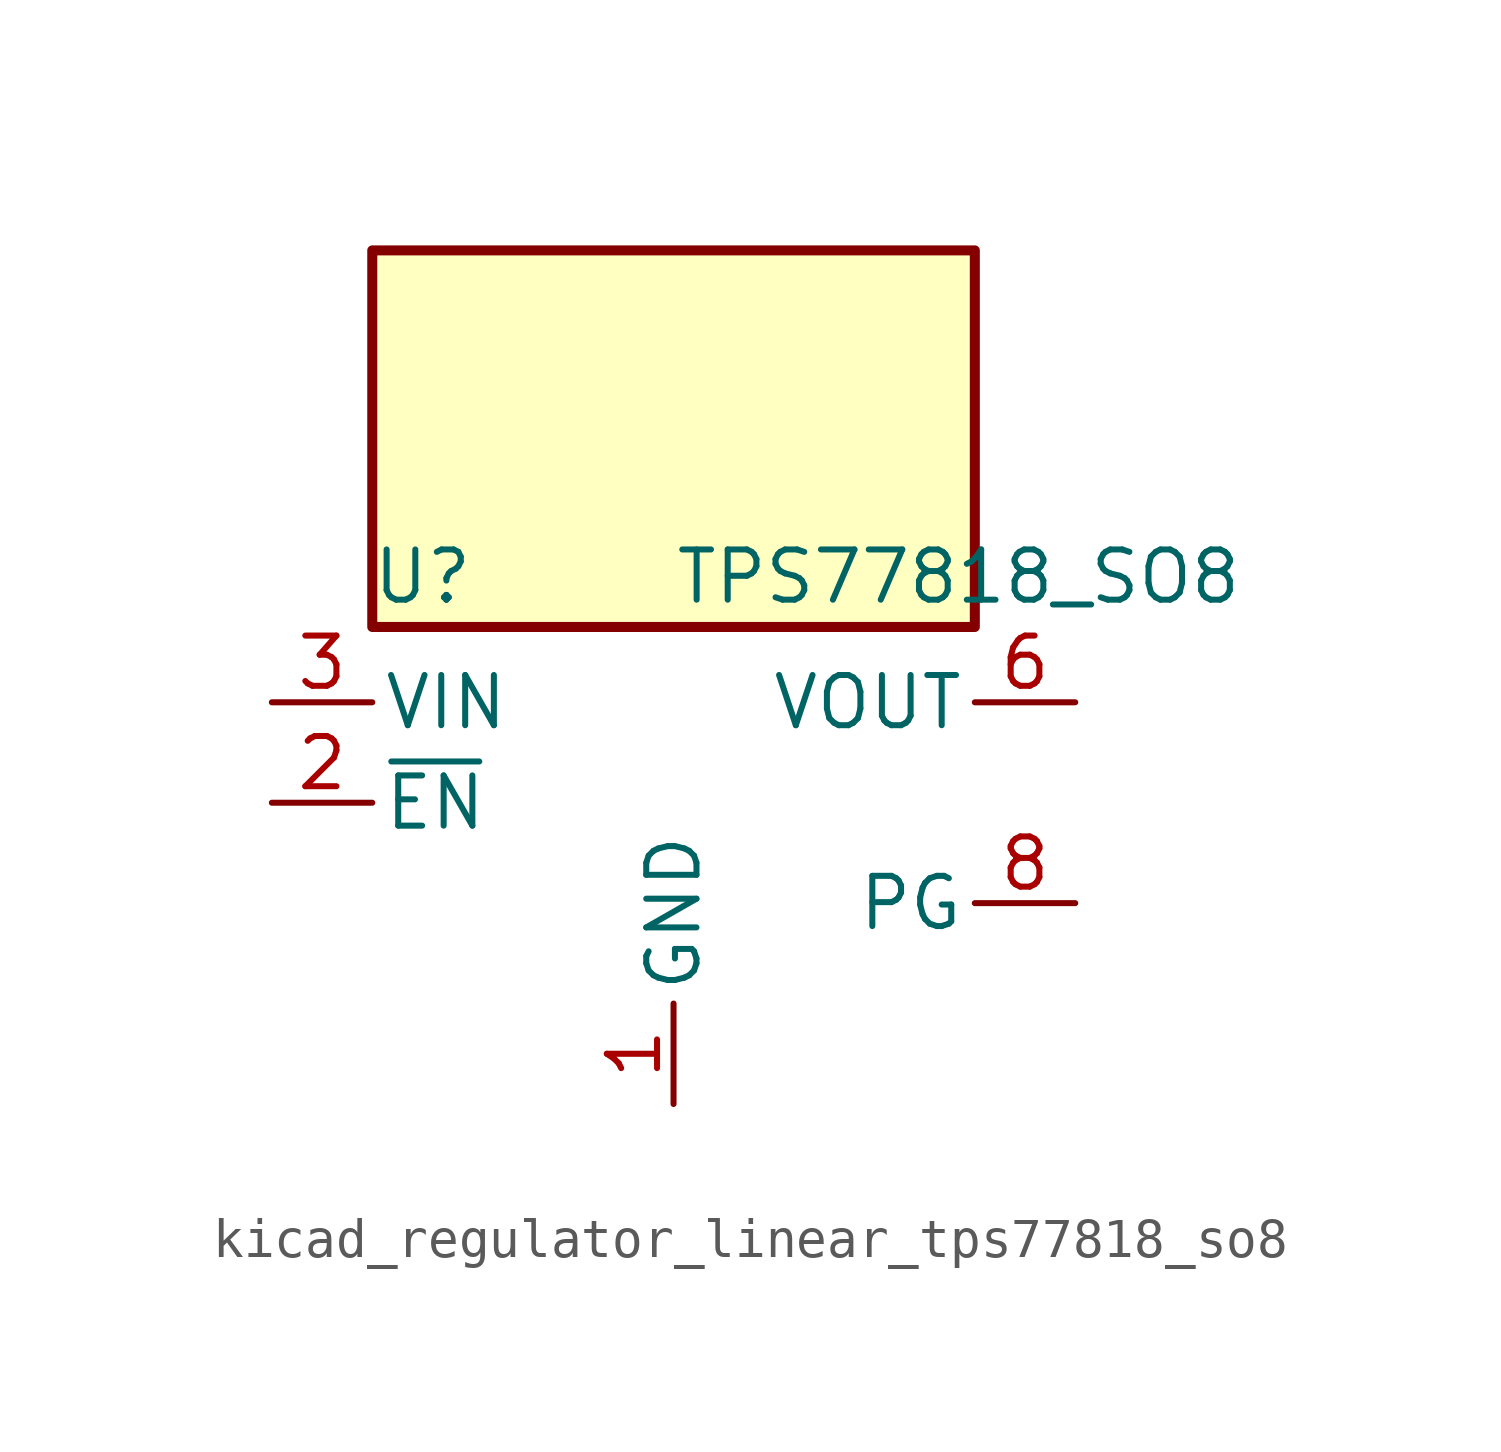
<source format=kicad_sym>
(kicad_symbol_lib
  (version 20220914)
  (generator kicad_symbol_editor)
  (symbol "kicad_regulator_linear_tps77818_so8"
    (pin_names
      (offset 0.254))
    (property "Reference" "U"
      (at -6.35 5.715 0)
      (effects (font (size 1.27 1.27))))
    (property "Value" "TPS77818_SO8"
      (at 0 5.715 0)
      (effects (font (size 1.27 1.27)) (justify left)))
    (symbol "kicad_regulator_linear_tps77818_so8_0_1"
      (rectangle (start 7.62 13.97) (end -7.62 4.445) (stroke (width 0.254) (type default)) (fill (type background))))
    (symbol "kicad_regulator_linear_tps77818_so8_1_1"
      (pin power_in line (at 0 -7.62 90) (length 2.54) (name "GND" (effects (font (size 1.27 1.27)))) (number "1" (effects (font (size 1.27 1.27)))))
      (pin input line (at -10.16 0 0) (length 2.54) (name "~{EN}" (effects (font (size 1.27 1.27)))) (number "2" (effects (font (size 1.27 1.27)))))
      (pin power_in line (at -10.16 2.54 0) (length 2.54) (name "VIN" (effects (font (size 1.27 1.27)))) (number "3" (effects (font (size 1.27 1.27)))))
      (pin passive line (at -10.16 2.54 0) (length 2.54) hide (name "VIN" (effects (font (size 1.27 1.27)))) (number "4" (effects (font (size 1.27 1.27)))))
      (pin passive line (at 10.16 2.54 180) (length 2.54) hide (name "VOUT" (effects (font (size 1.27 1.27)))) (number "5" (effects (font (size 1.27 1.27)))))
      (pin power_out line (at 10.16 2.54 180) (length 2.54) (name "VOUT" (effects (font (size 1.27 1.27)))) (number "6" (effects (font (size 1.27 1.27)))))
      (pin no_connect line (at 7.62 0 180) (length 2.54) hide (name "NC" (effects (font (size 1.27 1.27)))) (number "7" (effects (font (size 1.27 1.27)))))
      (pin open_collector line (at 10.16 -2.54 180) (length 2.54) (name "PG" (effects (font (size 1.27 1.27)))) (number "8" (effects (font (size 1.27 1.27))))))))
</source>
